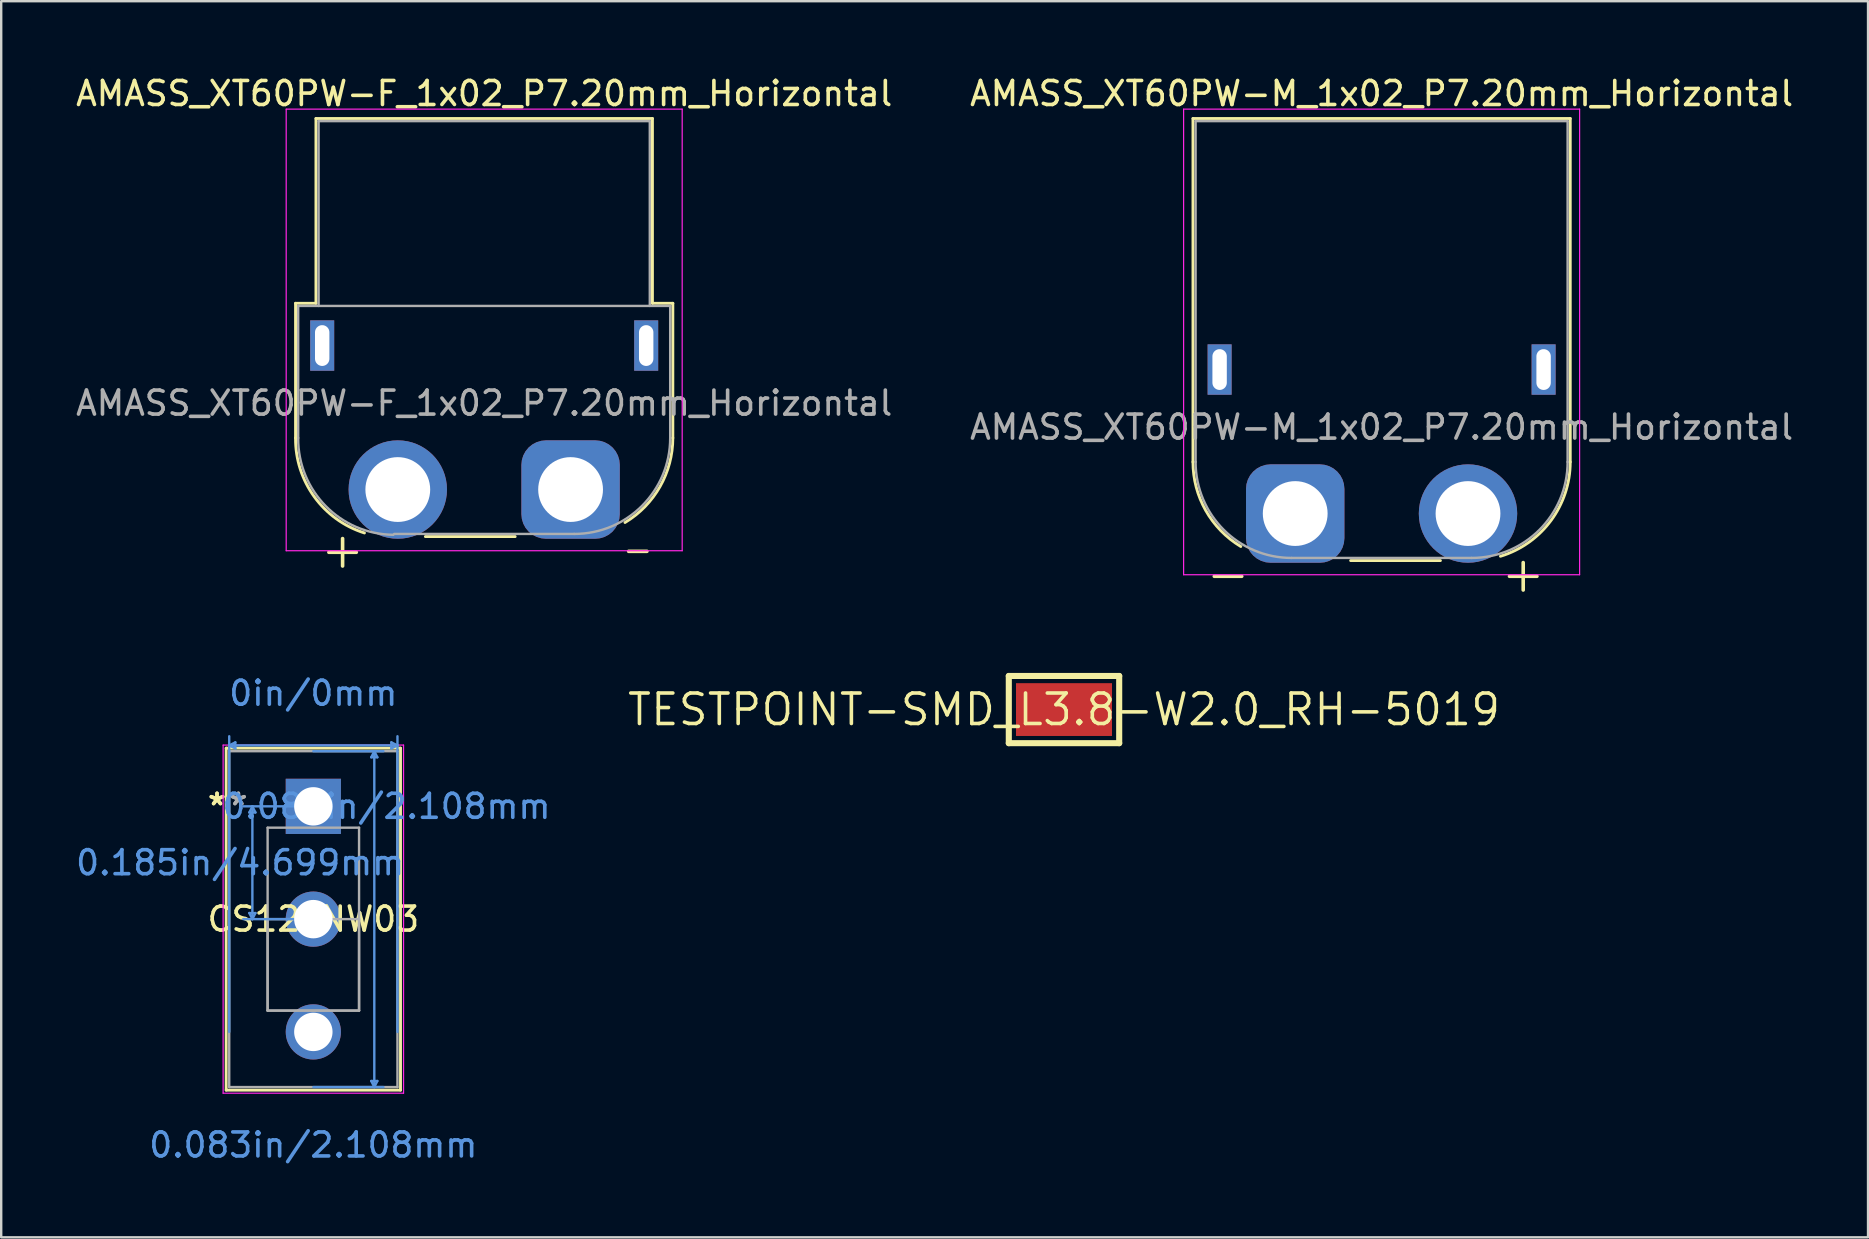
<source format=kicad_pcb>
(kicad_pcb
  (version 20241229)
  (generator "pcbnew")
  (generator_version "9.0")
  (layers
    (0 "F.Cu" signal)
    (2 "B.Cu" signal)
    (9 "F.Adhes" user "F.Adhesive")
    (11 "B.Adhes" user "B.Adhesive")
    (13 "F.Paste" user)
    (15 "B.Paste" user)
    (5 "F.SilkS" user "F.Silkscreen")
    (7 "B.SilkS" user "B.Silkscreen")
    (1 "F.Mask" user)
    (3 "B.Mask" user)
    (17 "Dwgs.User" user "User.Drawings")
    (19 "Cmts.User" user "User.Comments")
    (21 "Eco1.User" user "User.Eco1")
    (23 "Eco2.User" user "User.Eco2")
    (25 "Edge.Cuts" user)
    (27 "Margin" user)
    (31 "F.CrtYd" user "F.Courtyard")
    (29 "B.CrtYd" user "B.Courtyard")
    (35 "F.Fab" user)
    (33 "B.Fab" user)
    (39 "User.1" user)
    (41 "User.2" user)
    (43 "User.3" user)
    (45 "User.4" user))
  (footprint "AMASS_XT60PW-F_1x02_P7.20mm_Horizontal"
    (layer "F.Cu")
    (at 20.725 17.348)
    (property "Reference" "AMASS_XT60PW-F_1x02_P7.20mm_Horizontal" (at -3.6 -16.5 0) (layer "F.SilkS") (effects (font (size 1 1) (thickness 0.15))))
    (attr through_hole)
    (fp_line (start -11.46 -7.76) (end -11.46 -2.15) (stroke (width 0.12) (type solid)) (layer "F.SilkS"))
    (fp_line (start -11.46 -7.76) (end -10.61 -7.76) (stroke (width 0.12) (type solid)) (layer "F.SilkS"))
    (fp_line (start -10.61 -15.46) (end -10.61 -7.76) (stroke (width 0.12) (type solid)) (layer "F.SilkS"))
    (fp_line (start -10.61 -15.46) (end 3.41 -15.46) (stroke (width 0.12) (type solid)) (layer "F.SilkS"))
    (fp_line (start -6.05 1.96) (end -2.31 1.96) (stroke (width 0.12) (type solid)) (layer "F.SilkS"))
    (fp_line (start 3.41 -15.46) (end 3.41 -7.76) (stroke (width 0.12) (type solid)) (layer "F.SilkS"))
    (fp_line (start 3.41 -7.76) (end 4.26 -7.76) (stroke (width 0.12) (type solid)) (layer "F.SilkS"))
    (fp_line (start 4.26 -7.76) (end 4.26 -2.15) (stroke (width 0.12) (type solid)) (layer "F.SilkS"))
    (fp_arc (start -8.5899 1.808718) (mid -10.677645 0.302568) (end -11.46 -2.15) (stroke (width 0.12) (type solid)) (layer "F.SilkS"))
    (fp_arc (start 4.26 -2.15) (mid 3.727162 -0.126139) (end 2.266806 1.372958) (stroke (width 0.12) (type solid)) (layer "F.SilkS"))
    (fp_line (start -11.85 -15.85) (end -11.85 2.55) (stroke (width 0.05) (type solid)) (layer "F.CrtYd"))
    (fp_line (start -11.85 -15.85) (end 4.65 -15.85) (stroke (width 0.05) (type solid)) (layer "F.CrtYd"))
    (fp_line (start 4.65 2.55) (end -11.85 2.55) (stroke (width 0.05) (type solid)) (layer "F.CrtYd"))
    (fp_line (start 4.65 2.55) (end 4.65 -15.85) (stroke (width 0.05) (type solid)) (layer "F.CrtYd"))
    (fp_line (start -11.35 -7.65) (end -11.35 -2.15) (stroke (width 0.1) (type solid)) (layer "F.Fab"))
    (fp_line (start -11.35 -7.65) (end 4.15 -7.65) (stroke (width 0.1) (type solid)) (layer "F.Fab"))
    (fp_line (start -10.5 -15.35) (end 3.3 -15.35) (stroke (width 0.1) (type solid)) (layer "F.Fab"))
    (fp_line (start -10.5 -7.65) (end -10.5 -15.35) (stroke (width 0.1) (type solid)) (layer "F.Fab"))
    (fp_line (start -7.35 1.85) (end 0.15 1.85) (stroke (width 0.1) (type solid)) (layer "F.Fab"))
    (fp_line (start 3.3 -7.65) (end 3.3 -15.35) (stroke (width 0.1) (type solid)) (layer "F.Fab"))
    (fp_line (start 4.15 -7.65) (end 4.15 -2.15) (stroke (width 0.1) (type solid)) (layer "F.Fab"))
    (fp_arc (start -7.385 1.885) (mid -10.203176 0.688678) (end -11.35 -2.15) (stroke (width 0.1) (type solid)) (layer "F.Fab"))
    (fp_arc (start 4.15 -2.15) (mid 2.978427 0.678427) (end 0.15 1.85) (stroke (width 0.1) (type solid)) (layer "F.Fab"))
    (fp_text user "+" (at -9.5 2.5 0) (layer "F.SilkS") (effects (font (size 1.5 1.5) (thickness 0.15))))
    (fp_text user "-" (at 2.8 2.5 0) (layer "F.SilkS") (effects (font (size 1 1) (thickness 0.15))))
    (fp_text user "${REFERENCE}" (at -3.6 -3.6 0) (layer "F.Fab") (effects (font (size 1 1) (thickness 0.15))))
    (pad "" thru_hole rect (at -10.35 -6) (size 1 2.1) (drill oval 0.6 1.7) (layers "*.Cu" "*.Mask"))
    (pad "" thru_hole rect (at 3.15 -6) (size 1 2.1) (drill oval 0.6 1.7) (layers "*.Cu" "*.Mask"))
    (pad "1" thru_hole roundrect (at 0 0) (size 4.1 4.1) (drill 2.7) (layers "*.Cu" "*.Mask") (roundrect_rratio 0.25))
    (pad "2" thru_hole circle (at -7.2 0) (size 4.1 4.1) (drill 2.7) (layers "*.Cu" "*.Mask")))
  (footprint "AMASS_XT60PW-M_1x02_P7.20mm_Horizontal"
    (layer "F.Cu")
    (at 50.918 18.348)
    (property "Reference" "AMASS_XT60PW-M_1x02_P7.20mm_Horizontal" (at 3.6 -17.5 0) (layer "F.SilkS") (effects (font (size 1 1) (thickness 0.15))))
    (attr through_hole)
    (fp_line (start -4.26 -16.46) (end -4.26 -2.15) (stroke (width 0.12) (type solid)) (layer "F.SilkS"))
    (fp_line (start -4.26 -16.46) (end 11.46 -16.46) (stroke (width 0.12) (type solid)) (layer "F.SilkS"))
    (fp_line (start 2.31 1.96) (end 6.05 1.96) (stroke (width 0.12) (type solid)) (layer "F.SilkS"))
    (fp_line (start 11.46 -16.46) (end 11.46 -2.15) (stroke (width 0.12) (type solid)) (layer "F.SilkS"))
    (fp_arc (start -2.266806 1.372958) (mid -3.727162 -0.126139) (end -4.26 -2.15) (stroke (width 0.12) (type solid)) (layer "F.SilkS"))
    (fp_arc (start 11.46 -2.15) (mid 10.653852 0.294722) (end 8.551648 1.780413) (stroke (width 0.12) (type solid)) (layer "F.SilkS"))
    (fp_line (start -4.65 -16.85) (end -4.65 2.55) (stroke (width 0.05) (type solid)) (layer "F.CrtYd"))
    (fp_line (start -4.65 -16.85) (end 11.85 -16.85) (stroke (width 0.05) (type solid)) (layer "F.CrtYd"))
    (fp_line (start 11.85 -16.85) (end 11.85 2.55) (stroke (width 0.05) (type solid)) (layer "F.CrtYd"))
    (fp_line (start 11.85 2.55) (end -4.65 2.55) (stroke (width 0.05) (type solid)) (layer "F.CrtYd"))
    (fp_line (start -4.15 -16.35) (end -4.15 -2.15) (stroke (width 0.1) (type solid)) (layer "F.Fab"))
    (fp_line (start -4.15 -16.35) (end 11.35 -16.35) (stroke (width 0.1) (type solid)) (layer "F.Fab"))
    (fp_line (start -0.15 1.85) (end 7.35 1.85) (stroke (width 0.1) (type solid)) (layer "F.Fab"))
    (fp_line (start 11.35 -16.35) (end 11.35 -2.15) (stroke (width 0.1) (type solid)) (layer "F.Fab"))
    (fp_arc (start -0.15 1.85) (mid -2.978427 0.678427) (end -4.15 -2.15) (stroke (width 0.1) (type solid)) (layer "F.Fab"))
    (fp_arc (start 11.35 -2.15) (mid 10.178427 0.678427) (end 7.35 1.85) (stroke (width 0.1) (type solid)) (layer "F.Fab"))
    (fp_text user "-" (at -2.8 2.5 0) (layer "F.SilkS") (effects (font (size 1.5 1.5) (thickness 0.15))))
    (fp_text user "+" (at 9.5 2.5 0) (layer "F.SilkS") (effects (font (size 1.5 1.5) (thickness 0.15))))
    (fp_text user "${REFERENCE}" (at 3.6 -3.6 0) (layer "F.Fab") (effects (font (size 1 1) (thickness 0.15))))
    (pad "" thru_hole rect (at -3.15 -6) (size 1 2.1) (drill oval 0.6 1.7) (layers "*.Cu" "*.Mask"))
    (pad "" thru_hole rect (at 10.35 -6) (size 1 2.1) (drill oval 0.6 1.7) (layers "*.Cu" "*.Mask"))
    (pad "1" thru_hole roundrect (at 0 0) (size 4.1 4.1) (drill 2.7) (layers "*.Cu" "*.Mask") (roundrect_rratio 0.25))
    (pad "2" thru_hole circle (at 7.2 0) (size 4.1 4.1) (drill 2.7) (layers "*.Cu" "*.Mask")))
  (footprint "TESTPOINT-SMD_L3.8-W2.0_RH-5019"
    (layer "F.Cu")
    (at 41.284 26.516)
    (property "Reference" "TESTPOINT-SMD_L3.8-W2.0_RH-5019" (at 0 0 0) (layer "F.SilkS") (effects (font (size 1.27 1.27) (thickness 0.15))))
    (attr smd)
    (fp_line (start -2.3 -1.4) (end -2.3 1.4) (stroke (width 0.254) (type solid)) (layer "F.SilkS"))
    (fp_line (start 2.3 -1.4) (end -2.3 -1.4) (stroke (width 0.254) (type solid)) (layer "F.SilkS"))
    (fp_line (start 2.3 -1.4) (end 2.3 1.4) (stroke (width 0.254) (type solid)) (layer "F.SilkS"))
    (fp_line (start 2.3 1.4) (end -2.3 1.4) (stroke (width 0.254) (type solid)) (layer "F.SilkS"))
    (fp_text user "" (at 0 0 0) (layer "Cmts.User") (effects (font (size 1 1) (thickness 0.15))))
    (pad "1" smd rect (at 0 0) (size 4 2.2) (layers "F.Cu" "F.Mask" "F.Paste")))
  (footprint "CS12ANW03"
    (layer "F.Cu")
    (at 10.006 30.549)
    (property "Reference" "CS12ANW03" (at 0 4.699 0) (layer "F.SilkS") (effects (font (size 1 1) (thickness 0.15))))
    (attr through_hole)
    (fp_line (start -3.632 -2.426) (end -3.632 11.824) (stroke (width 0.12) (type solid)) (layer "F.SilkS"))
    (fp_line (start -3.632 11.824) (end 3.632 11.824) (stroke (width 0.12) (type solid)) (layer "F.SilkS"))
    (fp_line (start 3.632 -2.426) (end -3.632 -2.426) (stroke (width 0.12) (type solid)) (layer "F.SilkS"))
    (fp_line (start 3.632 11.824) (end 3.632 -2.426) (stroke (width 0.12) (type solid)) (layer "F.SilkS"))
    (fp_line (start -3.505 -2.54) (end -3.251 -2.667) (stroke (width 0.1) (type solid)) (layer "Cmts.User"))
    (fp_line (start -3.505 -2.54) (end -3.251 -2.413) (stroke (width 0.1) (type solid)) (layer "Cmts.User"))
    (fp_line (start -3.505 -2.54) (end 3.505 -2.54) (stroke (width 0.1) (type solid)) (layer "Cmts.User"))
    (fp_line (start -3.505 9.398) (end -3.505 -2.921) (stroke (width 0.1) (type solid)) (layer "Cmts.User"))
    (fp_line (start -3.251 -2.667) (end -3.251 -2.413) (stroke (width 0.1) (type solid)) (layer "Cmts.User"))
    (fp_line (start -2.667 0.254) (end -2.413 0.254) (stroke (width 0.1) (type solid)) (layer "Cmts.User"))
    (fp_line (start -2.667 4.445) (end -2.413 4.445) (stroke (width 0.1) (type solid)) (layer "Cmts.User"))
    (fp_line (start -2.54 0) (end -2.667 0.254) (stroke (width 0.1) (type solid)) (layer "Cmts.User"))
    (fp_line (start -2.54 0) (end -2.54 4.699) (stroke (width 0.1) (type solid)) (layer "Cmts.User"))
    (fp_line (start -2.54 0) (end -2.413 0.254) (stroke (width 0.1) (type solid)) (layer "Cmts.User"))
    (fp_line (start -2.54 4.699) (end -2.667 4.445) (stroke (width 0.1) (type solid)) (layer "Cmts.User"))
    (fp_line (start -2.54 4.699) (end -2.413 4.445) (stroke (width 0.1) (type solid)) (layer "Cmts.User"))
    (fp_line (start 0 -2.299) (end 2.921 -2.299) (stroke (width 0.1) (type solid)) (layer "Cmts.User"))
    (fp_line (start 0 0) (end -2.921 0) (stroke (width 0.1) (type solid)) (layer "Cmts.User"))
    (fp_line (start 0 4.699) (end -2.921 4.699) (stroke (width 0.1) (type solid)) (layer "Cmts.User"))
    (fp_line (start 0 11.697) (end 2.921 11.697) (stroke (width 0.1) (type solid)) (layer "Cmts.User"))
    (fp_line (start 2.413 -2.045) (end 2.667 -2.045) (stroke (width 0.1) (type solid)) (layer "Cmts.User"))
    (fp_line (start 2.413 11.443) (end 2.667 11.443) (stroke (width 0.1) (type solid)) (layer "Cmts.User"))
    (fp_line (start 2.54 -2.299) (end 2.413 -2.045) (stroke (width 0.1) (type solid)) (layer "Cmts.User"))
    (fp_line (start 2.54 -2.299) (end 2.54 11.697) (stroke (width 0.1) (type solid)) (layer "Cmts.User"))
    (fp_line (start 2.54 -2.299) (end 2.667 -2.045) (stroke (width 0.1) (type solid)) (layer "Cmts.User"))
    (fp_line (start 2.54 11.697) (end 2.413 11.443) (stroke (width 0.1) (type solid)) (layer "Cmts.User"))
    (fp_line (start 2.54 11.697) (end 2.667 11.443) (stroke (width 0.1) (type solid)) (layer "Cmts.User"))
    (fp_line (start 3.251 -2.667) (end 3.251 -2.413) (stroke (width 0.1) (type solid)) (layer "Cmts.User"))
    (fp_line (start 3.505 -2.54) (end 3.251 -2.667) (stroke (width 0.1) (type solid)) (layer "Cmts.User"))
    (fp_line (start 3.505 -2.54) (end 3.251 -2.413) (stroke (width 0.1) (type solid)) (layer "Cmts.User"))
    (fp_line (start 3.505 9.398) (end 3.505 -2.921) (stroke (width 0.1) (type solid)) (layer "Cmts.User"))
    (fp_line (start -3.759 -2.553) (end -3.759 11.951) (stroke (width 0.05) (type solid)) (layer "F.CrtYd"))
    (fp_line (start -3.759 -2.553) (end 3.759 -2.553) (stroke (width 0.05) (type solid)) (layer "F.CrtYd"))
    (fp_line (start -3.759 11.951) (end 3.759 11.951) (stroke (width 0.05) (type solid)) (layer "F.CrtYd"))
    (fp_line (start 3.759 11.951) (end 3.759 -2.553) (stroke (width 0.05) (type solid)) (layer "F.CrtYd"))
    (fp_line (start -3.505 -2.299) (end -3.505 11.697) (stroke (width 0.1) (type solid)) (layer "F.Fab"))
    (fp_line (start -3.505 11.697) (end 3.505 11.697) (stroke (width 0.1) (type solid)) (layer "F.Fab"))
    (fp_line (start -1.905 0.889) (end 1.905 0.889) (stroke (width 0.1) (type solid)) (layer "F.Fab"))
    (fp_line (start -1.905 4.699) (end 1.905 4.699) (stroke (width 0.1) (type solid)) (layer "F.Fab"))
    (fp_line (start -1.905 8.509) (end -1.905 0.889) (stroke (width 0.1) (type solid)) (layer "F.Fab"))
    (fp_line (start -1.905 8.509) (end -1.905 4.699) (stroke (width 0.1) (type solid)) (layer "F.Fab"))
    (fp_line (start 1.905 0.889) (end 1.905 8.509) (stroke (width 0.1) (type solid)) (layer "F.Fab"))
    (fp_line (start 1.905 4.699) (end 1.905 8.509) (stroke (width 0.1) (type solid)) (layer "F.Fab"))
    (fp_line (start 1.905 8.509) (end -1.905 8.509) (stroke (width 0.1) (type solid)) (layer "F.Fab"))
    (fp_line (start 1.905 8.509) (end -1.905 8.509) (stroke (width 0.1) (type solid)) (layer "F.Fab"))
    (fp_line (start 3.505 -2.299) (end -3.505 -2.299) (stroke (width 0.1) (type solid)) (layer "F.Fab"))
    (fp_line (start 3.505 11.697) (end 3.505 -2.299) (stroke (width 0.1) (type solid)) (layer "F.Fab"))
    (fp_text user "*" (at -4.013 0 0) (layer "F.SilkS") (effects (font (size 1 1) (thickness 0.15))))
    (fp_text user "*" (at -4.013 0 0) (layer "F.SilkS") (effects (font (size 1 1) (thickness 0.15))))
    (fp_text user "0.083in/2.108mm" (at 3.048 0 0) (layer "Cmts.User") (effects (font (size 1 1) (thickness 0.15))))
    (fp_text user "Copyright 2021 Accelerated Designs. All rights reserved." (at 0 0 0) (layer "Cmts.User") (effects (font (size 0.127 0.127) (thickness 0.002))))
    (fp_text user "0.083in/2.108mm" (at 0 14.11 0) (layer "Cmts.User") (effects (font (size 1 1) (thickness 0.15))))
    (fp_text user "0in/0mm" (at 0 -4.712 0) (layer "Cmts.User") (effects (font (size 1 1) (thickness 0.15))))
    (fp_text user "0.185in/4.699mm" (at -3.048 2.349 0) (layer "Cmts.User") (effects (font (size 1 1) (thickness 0.15))))
    (fp_text user "*" (at -3.124 0 0) (layer "F.Fab") (effects (font (size 1 1) (thickness 0.15))))
    (fp_text user "*" (at -3.124 0 0) (layer "F.Fab") (effects (font (size 1 1) (thickness 0.15))))
    (pad "1" thru_hole rect (at 0 0) (size 2.3 2.3) (drill 1.6) (layers "*.Cu" "*.Mask"))
    (pad "2" thru_hole circle (at 0 4.699) (size 2.3 2.3) (drill 1.6) (layers "*.Cu" "*.Mask"))
    (pad "3" thru_hole circle (at 0 9.398) (size 2.3 2.3) (drill 1.6) (layers "*.Cu" "*.Mask")))
  (gr_rect
    (start -3 -3)
    (end 74.786 48.507)
    (stroke (width 0.1) (type default))
    (fill no)
    (layer "Edge.Cuts")))
</source>
